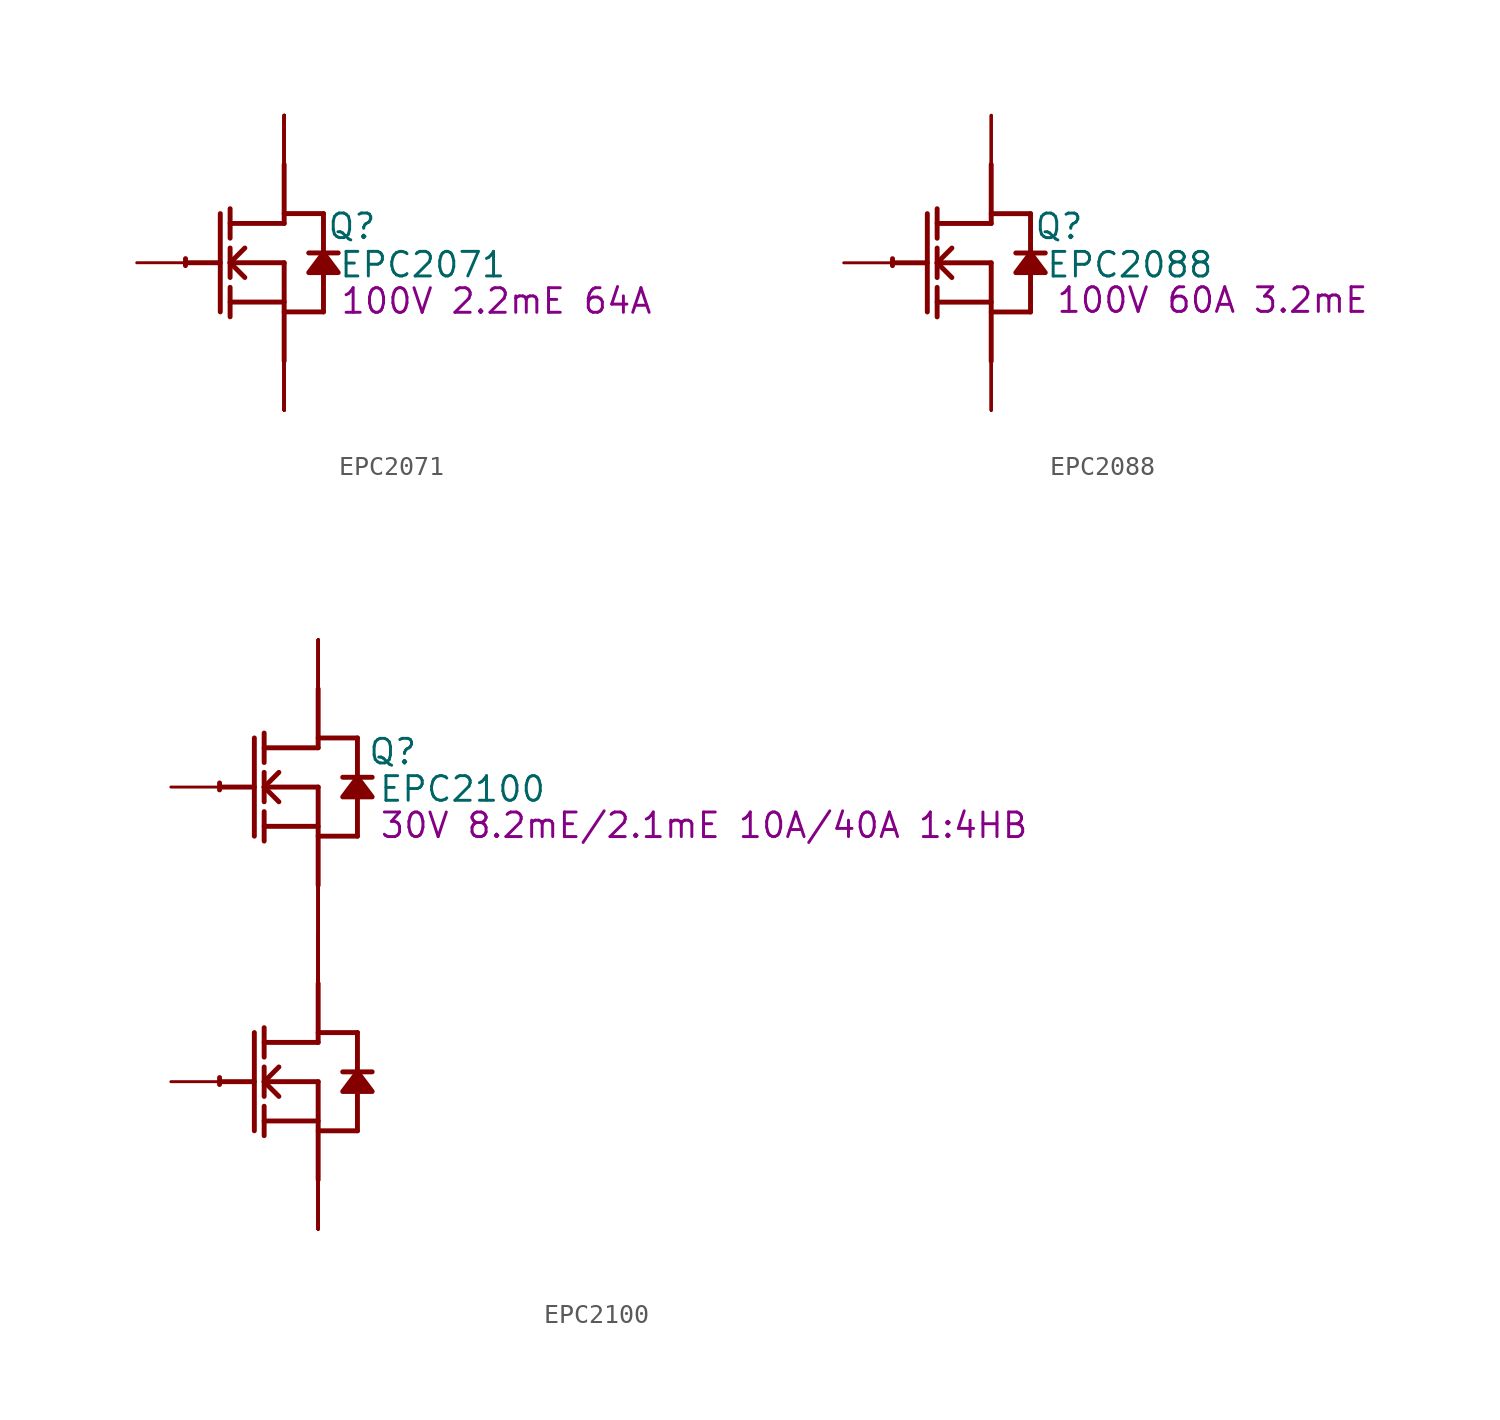
<source format=kicad_sym>
(kicad_symbol_lib
  (version 20241209)
  (generator "kicad_symbol_editor")
  (generator_version "9.0")
  (symbol "EPC2071"
    (property "Reference" "Q"
      (at 3.505 1.88 0)
      (effects (font (size 1.27 1.27))))
    (property "Value" "EPC2071"
      (at 7.163 -0.102 0)
      (effects (font (size 1.27 1.27))))
    (property "Description" "100V 2.2mE 64A"
      (at 10.973 -1.981 0)
      (effects (font (size 1.27 1.27))))
    (symbol "EPC2071_1_0"
      (polyline (pts (xy -5.08 0) (xy -3.302 0)) (stroke (width 0.254) (type solid)) (fill (type none)))
      (polyline (pts (xy -3.302 2.54) (xy -3.302 -2.54)) (stroke (width 0.254) (type solid)) (fill (type none)))
      (polyline (pts (xy -2.794 1.27) (xy -2.794 2.794)) (stroke (width 0.254) (type solid)) (fill (type none)))
      (polyline (pts (xy -2.794 0) (xy -2.032 0.762)) (stroke (width 0.254) (type solid)) (fill (type none)))
      (polyline (pts (xy -2.794 0) (xy 0 0)) (stroke (width 0.254) (type solid)) (fill (type none)))
      (polyline (pts (xy -2.794 -0.762) (xy -2.794 0.762)) (stroke (width 0.254) (type solid)) (fill (type none)))
      (polyline (pts (xy -2.794 -2.032) (xy 0 -2.032)) (stroke (width 0.254) (type solid)) (fill (type none)))
      (polyline (pts (xy -2.794 -2.794) (xy -2.794 -1.27)) (stroke (width 0.254) (type solid)) (fill (type none)))
      (polyline (pts (xy -2.032 -0.762) (xy -2.794 0)) (stroke (width 0.254) (type solid)) (fill (type none)))
      (polyline (pts (xy 0 2.54) (xy 2.032 2.54)) (stroke (width 0.254) (type solid)) (fill (type none)))
      (polyline (pts (xy 0 2.032) (xy -2.794 2.032)) (stroke (width 0.254) (type solid)) (fill (type none)))
      (polyline (pts (xy 0 2.032) (xy 0 5.08)) (stroke (width 0.254) (type solid)) (fill (type none)))
      (polyline (pts (xy 0 0) (xy 0 -5.08)) (stroke (width 0.254) (type solid)) (fill (type none)))
      (polyline (pts (xy 0 -2.54) (xy 2.032 -2.54)) (stroke (width 0.254) (type solid)) (fill (type none)))
      (arc (start -5.1019 -0.1467) (mid -5.1039 0.0331) (end -5.0996 0.2128) (stroke (width 0.254) (type solid)) (fill (type none)))
      (polyline (pts (xy 2.032 2.54) (xy 2.032 0.508)) (stroke (width 0.254) (type solid)) (fill (type none)))
      (polyline (pts (xy 2.032 0.508) (xy 1.27 -0.508) (xy 2.794 -0.508) (xy 2.032 0.508)) (stroke (width 0.254) (type solid)) (fill (type outline)))
      (polyline (pts (xy 2.032 -0.508) (xy 2.032 -2.54)) (stroke (width 0.254) (type solid)) (fill (type none)))
      (polyline (pts (xy 2.794 0.508) (xy 1.27 0.508)) (stroke (width 0.254) (type solid)) (fill (type none)))
      (pin passive line (at -7.62 0 0) (length 2.54) (name "G" (effects (font (size 0 0)))) (number "1" (effects (font (size 0 0)))))
      (pin open_collector line (at 0 7.62 270) (length 2.54) (name "D5" (effects (font (size 0 0)))) (number "11" (effects (font (size 0 0)))))
      (pin open_collector line (at 0 7.62 270) (length 2.54) (name "D6" (effects (font (size 0 0)))) (number "12" (effects (font (size 0 0)))))
      (pin open_collector line (at 0 7.62 270) (length 2.54) (name "D7" (effects (font (size 0 0)))) (number "15" (effects (font (size 0 0)))))
      (pin open_collector line (at 0 7.62 270) (length 2.54) (name "D8" (effects (font (size 0 0)))) (number "16" (effects (font (size 0 0)))))
      (pin open_collector line (at 0 7.62 270) (length 2.54) (name "D9" (effects (font (size 0 0)))) (number "19" (effects (font (size 0 0)))))
      (pin open_collector line (at 0 7.62 270) (length 2.54) (name "D10" (effects (font (size 0 0)))) (number "20" (effects (font (size 0 0)))))
      (pin open_collector line (at 0 7.62 270) (length 2.54) (name "D1" (effects (font (size 0 0)))) (number "3" (effects (font (size 0 0)))))
      (pin open_collector line (at 0 7.62 270) (length 2.54) (name "D2" (effects (font (size 0 0)))) (number "4" (effects (font (size 0 0)))))
      (pin open_collector line (at 0 7.62 270) (length 2.54) (name "D3" (effects (font (size 0 0)))) (number "7" (effects (font (size 0 0)))))
      (pin open_collector line (at 0 7.62 270) (length 2.54) (name "D4" (effects (font (size 0 0)))) (number "8" (effects (font (size 0 0)))))
      (pin open_emitter line (at 0 -7.62 90) (length 2.54) (name "S5" (effects (font (size 0 0)))) (number "10" (effects (font (size 0 0)))))
      (pin open_emitter line (at 0 -7.62 90) (length 2.54) (name "S6" (effects (font (size 0 0)))) (number "13" (effects (font (size 0 0)))))
      (pin open_emitter line (at 0 -7.62 90) (length 2.54) (name "S7" (effects (font (size 0 0)))) (number "14" (effects (font (size 0 0)))))
      (pin open_emitter line (at 0 -7.62 90) (length 2.54) (name "S8" (effects (font (size 0 0)))) (number "17" (effects (font (size 0 0)))))
      (pin open_emitter line (at 0 -7.62 90) (length 2.54) (name "S9" (effects (font (size 0 0)))) (number "18" (effects (font (size 0 0)))))
      (pin open_emitter line (at 0 -7.62 90) (length 2.54) (name "S1" (effects (font (size 0 0)))) (number "2" (effects (font (size 0 0)))))
      (pin open_emitter line (at 0 -7.62 90) (length 2.54) (name "S10" (effects (font (size 0 0)))) (number "21" (effects (font (size 0 0)))))
      (pin open_emitter line (at 0 -7.62 90) (length 2.54) (name "S11" (effects (font (size 0 0)))) (number "22" (effects (font (size 0 0)))))
      (pin open_emitter line (at 0 -7.62 90) (length 2.54) (name "S2" (effects (font (size 0 0)))) (number "5" (effects (font (size 0 0)))))
      (pin open_emitter line (at 0 -7.62 90) (length 2.54) (name "S3" (effects (font (size 0 0)))) (number "6" (effects (font (size 0 0)))))
      (pin open_emitter line (at 0 -7.62 90) (length 2.54) (name "S4" (effects (font (size 0 0)))) (number "9" (effects (font (size 0 0)))))))
  (symbol "EPC2088"
    (property "Reference" "Q"
      (at 3.505 1.88 0)
      (effects (font (size 1.27 1.27))))
    (property "Value" "EPC2088"
      (at 7.163 -0.102 0)
      (effects (font (size 1.27 1.27))))
    (property "Description" "100V 60A 3.2mE"
      (at 11.43 -1.93 0)
      (effects (font (size 1.27 1.27))))
    (symbol "EPC2088_1_0"
      (polyline (pts (xy -5.08 0) (xy -3.302 0)) (stroke (width 0.254) (type solid)) (fill (type none)))
      (polyline (pts (xy -3.302 2.54) (xy -3.302 -2.54)) (stroke (width 0.254) (type solid)) (fill (type none)))
      (polyline (pts (xy -2.794 1.27) (xy -2.794 2.794)) (stroke (width 0.254) (type solid)) (fill (type none)))
      (polyline (pts (xy -2.794 0) (xy -2.032 0.762)) (stroke (width 0.254) (type solid)) (fill (type none)))
      (polyline (pts (xy -2.794 0) (xy 0 0)) (stroke (width 0.254) (type solid)) (fill (type none)))
      (polyline (pts (xy -2.794 -0.762) (xy -2.794 0.762)) (stroke (width 0.254) (type solid)) (fill (type none)))
      (polyline (pts (xy -2.794 -2.032) (xy 0 -2.032)) (stroke (width 0.254) (type solid)) (fill (type none)))
      (polyline (pts (xy -2.794 -2.794) (xy -2.794 -1.27)) (stroke (width 0.254) (type solid)) (fill (type none)))
      (polyline (pts (xy -2.032 -0.762) (xy -2.794 0)) (stroke (width 0.254) (type solid)) (fill (type none)))
      (polyline (pts (xy 0 2.54) (xy 2.032 2.54)) (stroke (width 0.254) (type solid)) (fill (type none)))
      (polyline (pts (xy 0 2.032) (xy -2.794 2.032)) (stroke (width 0.254) (type solid)) (fill (type none)))
      (polyline (pts (xy 0 2.032) (xy 0 5.08)) (stroke (width 0.254) (type solid)) (fill (type none)))
      (polyline (pts (xy 0 0) (xy 0 -5.08)) (stroke (width 0.254) (type solid)) (fill (type none)))
      (polyline (pts (xy 0 -2.54) (xy 2.032 -2.54)) (stroke (width 0.254) (type solid)) (fill (type none)))
      (arc (start -5.1019 -0.1467) (mid -5.1039 0.0331) (end -5.0996 0.2128) (stroke (width 0.254) (type solid)) (fill (type none)))
      (polyline (pts (xy 2.032 2.54) (xy 2.032 0.508)) (stroke (width 0.254) (type solid)) (fill (type none)))
      (polyline (pts (xy 2.032 0.508) (xy 1.27 -0.508) (xy 2.794 -0.508) (xy 2.032 0.508)) (stroke (width 0.254) (type solid)) (fill (type outline)))
      (polyline (pts (xy 2.032 -0.508) (xy 2.032 -2.54)) (stroke (width 0.254) (type solid)) (fill (type none)))
      (polyline (pts (xy 2.794 0.508) (xy 1.27 0.508)) (stroke (width 0.254) (type solid)) (fill (type none)))
      (pin passive line (at -7.62 0 0) (length 2.54) (name "G" (effects (font (size 0 0)))) (number "1" (effects (font (size 0 0)))))
      (pin passive line (at 0 7.62 270) (length 2.54) (name "D" (effects (font (size 0 0)))) (number "3" (effects (font (size 0 0)))))
      (pin passive line (at 0 7.62 270) (length 2.54) (name "D" (effects (font (size 0 0)))) (number "5" (effects (font (size 0 0)))))
      (pin passive line (at 0 7.62 270) (length 2.54) (name "D" (effects (font (size 0 0)))) (number "7" (effects (font (size 0 0)))))
      (pin passive line (at 0 -7.62 90) (length 2.54) (name "S" (effects (font (size 0 0)))) (number "2" (effects (font (size 0 0)))))
      (pin passive line (at 0 -7.62 90) (length 2.54) (name "S" (effects (font (size 0 0)))) (number "4" (effects (font (size 0 0)))))
      (pin passive line (at 0 -7.62 90) (length 2.54) (name "S" (effects (font (size 0 0)))) (number "6" (effects (font (size 0 0)))))
      (pin passive line (at 0 -7.62 90) (length 2.54) (name "S" (effects (font (size 0 0)))) (number "8" (effects (font (size 0 0)))))))
  (symbol "EPC2100"
    (property "Reference" "Q"
      (at 3.861 1.829 0)
      (effects (font (size 1.27 1.27))))
    (property "Value" "EPC2100"
      (at 7.468 -0.102 0)
      (effects (font (size 1.27 1.27))))
    (property "Description" "30V 8.2mE/2.1mE 10A/40A 1:4HB"
      (at 19.964 -1.981 0)
      (effects (font (size 1.27 1.27))))
    (symbol "EPC2100_1_0"
      (polyline (pts (xy -5.08 0) (xy -3.302 0)) (stroke (width 0.254) (type solid)) (fill (type none)))
      (polyline (pts (xy -5.08 -15.24) (xy -3.302 -15.24)) (stroke (width 0.254) (type solid)) (fill (type none)))
      (polyline (pts (xy -3.302 2.54) (xy -3.302 -2.54)) (stroke (width 0.254) (type solid)) (fill (type none)))
      (polyline (pts (xy -3.302 -12.7) (xy -3.302 -17.78)) (stroke (width 0.254) (type solid)) (fill (type none)))
      (polyline (pts (xy -2.794 1.27) (xy -2.794 2.794)) (stroke (width 0.254) (type solid)) (fill (type none)))
      (polyline (pts (xy -2.794 0) (xy -2.032 0.762)) (stroke (width 0.254) (type solid)) (fill (type none)))
      (polyline (pts (xy -2.794 0) (xy 0 0)) (stroke (width 0.254) (type solid)) (fill (type none)))
      (polyline (pts (xy -2.794 -0.762) (xy -2.794 0.762)) (stroke (width 0.254) (type solid)) (fill (type none)))
      (polyline (pts (xy -2.794 -2.032) (xy 0 -2.032)) (stroke (width 0.254) (type solid)) (fill (type none)))
      (polyline (pts (xy -2.794 -2.794) (xy -2.794 -1.27)) (stroke (width 0.254) (type solid)) (fill (type none)))
      (polyline (pts (xy -2.794 -13.97) (xy -2.794 -12.446)) (stroke (width 0.254) (type solid)) (fill (type none)))
      (polyline (pts (xy -2.794 -15.24) (xy -2.032 -14.478)) (stroke (width 0.254) (type solid)) (fill (type none)))
      (polyline (pts (xy -2.794 -15.24) (xy 0 -15.24)) (stroke (width 0.254) (type solid)) (fill (type none)))
      (polyline (pts (xy -2.794 -16.002) (xy -2.794 -14.478)) (stroke (width 0.254) (type solid)) (fill (type none)))
      (polyline (pts (xy -2.794 -17.272) (xy 0 -17.272)) (stroke (width 0.254) (type solid)) (fill (type none)))
      (polyline (pts (xy -2.794 -18.034) (xy -2.794 -16.51)) (stroke (width 0.254) (type solid)) (fill (type none)))
      (polyline (pts (xy -2.032 -0.762) (xy -2.794 0)) (stroke (width 0.254) (type solid)) (fill (type none)))
      (polyline (pts (xy -2.032 -16.002) (xy -2.794 -15.24)) (stroke (width 0.254) (type solid)) (fill (type none)))
      (polyline (pts (xy 0 2.54) (xy 2.032 2.54)) (stroke (width 0.254) (type solid)) (fill (type none)))
      (polyline (pts (xy 0 2.032) (xy -2.794 2.032)) (stroke (width 0.254) (type solid)) (fill (type none)))
      (polyline (pts (xy 0 2.032) (xy 0 5.08)) (stroke (width 0.254) (type solid)) (fill (type none)))
      (polyline (pts (xy 0 0) (xy 0 -5.08)) (stroke (width 0.254) (type solid)) (fill (type none)))
      (polyline (pts (xy 0 -2.54) (xy 2.032 -2.54)) (stroke (width 0.254) (type solid)) (fill (type none)))
      (polyline (pts (xy 0 -12.7) (xy 2.032 -12.7)) (stroke (width 0.254) (type solid)) (fill (type none)))
      (polyline (pts (xy 0 -13.208) (xy -2.794 -13.208)) (stroke (width 0.254) (type solid)) (fill (type none)))
      (polyline (pts (xy 0 -13.208) (xy 0 -10.16)) (stroke (width 0.254) (type solid)) (fill (type none)))
      (polyline (pts (xy 0 -15.24) (xy 0 -20.32)) (stroke (width 0.254) (type solid)) (fill (type none)))
      (polyline (pts (xy 0 -17.78) (xy 2.032 -17.78)) (stroke (width 0.254) (type solid)) (fill (type none)))
      (arc (start -5.1019 -0.1467) (mid -5.1039 0.0331) (end -5.0996 0.2128) (stroke (width 0.254) (type solid)) (fill (type none)))
      (arc (start -5.1019 -15.3867) (mid -5.1039 -15.2069) (end -5.0996 -15.0272) (stroke (width 0.254) (type solid)) (fill (type none)))
      (polyline (pts (xy 2.032 2.54) (xy 2.032 0.508)) (stroke (width 0.254) (type solid)) (fill (type none)))
      (polyline (pts (xy 2.032 0.508) (xy 1.27 -0.508) (xy 2.794 -0.508) (xy 2.032 0.508)) (stroke (width 0.254) (type solid)) (fill (type outline)))
      (polyline (pts (xy 2.032 -0.508) (xy 2.032 -2.54)) (stroke (width 0.254) (type solid)) (fill (type none)))
      (polyline (pts (xy 2.032 -12.7) (xy 2.032 -14.732)) (stroke (width 0.254) (type solid)) (fill (type none)))
      (polyline (pts (xy 2.032 -14.732) (xy 1.27 -15.748) (xy 2.794 -15.748) (xy 2.032 -14.732)) (stroke (width 0.254) (type solid)) (fill (type outline)))
      (polyline (pts (xy 2.032 -15.748) (xy 2.032 -17.78)) (stroke (width 0.254) (type solid)) (fill (type none)))
      (polyline (pts (xy 2.794 0.508) (xy 1.27 0.508)) (stroke (width 0.254) (type solid)) (fill (type none)))
      (polyline (pts (xy 2.794 -14.732) (xy 1.27 -14.732)) (stroke (width 0.254) (type solid)) (fill (type none)))
      (pin passive line (at -7.62 0 0) (length 2.54) (name "G1" (effects (font (size 0 0)))) (number "2" (effects (font (size 0 0)))))
      (pin passive line (at -7.62 -15.24 0) (length 2.54) (name "G2" (effects (font (size 0 0)))) (number "4" (effects (font (size 0 0)))))
      (pin open_collector line (at 0 7.62 270) (length 2.54) (name "D1" (effects (font (size 0 0)))) (number "1" (effects (font (size 0 0)))))
      (pin open_collector line (at 0 7.62 270) (length 2.54) (name "D1" (effects (font (size 0 0)))) (number "11" (effects (font (size 0 0)))))
      (pin open_collector line (at 0 7.62 270) (length 2.54) (name "D1" (effects (font (size 0 0)))) (number "21" (effects (font (size 0 0)))))
      (pin open_collector line (at 0 7.62 270) (length 2.54) (name "D1" (effects (font (size 0 0)))) (number "31" (effects (font (size 0 0)))))
      (pin open_collector line (at 0 7.62 270) (length 2.54) (name "D1" (effects (font (size 0 0)))) (number "41" (effects (font (size 0 0)))))
      (pin open_collector line (at 0 7.62 270) (length 2.54) (name "D1" (effects (font (size 0 0)))) (number "51" (effects (font (size 0 0)))))
      (pin open_collector line (at 0 7.62 270) (length 2.54) (name "D1" (effects (font (size 0 0)))) (number "61" (effects (font (size 0 0)))))
      (pin open_collector line (at 0 7.62 270) (length 2.54) (name "D1" (effects (font (size 0 0)))) (number "71" (effects (font (size 0 0)))))
      (pin open_collector line (at 0 -7.62 270) (length 2.54) (name "D2" (effects (font (size 0 0)))) (number "10" (effects (font (size 0 0)))))
      (pin open_emitter line (at 0 -7.62 90) (length 2.54) (name "S1" (effects (font (size 0 0)))) (number "16" (effects (font (size 0 0)))))
      (pin open_collector line (at 0 -7.62 270) (length 2.54) (name "D2" (effects (font (size 0 0)))) (number "17" (effects (font (size 0 0)))))
      (pin open_collector line (at 0 -7.62 270) (length 2.54) (name "D2" (effects (font (size 0 0)))) (number "18" (effects (font (size 0 0)))))
      (pin open_collector line (at 0 -7.62 270) (length 2.54) (name "D2" (effects (font (size 0 0)))) (number "19" (effects (font (size 0 0)))))
      (pin open_collector line (at 0 -7.62 270) (length 2.54) (name "D2" (effects (font (size 0 0)))) (number "20" (effects (font (size 0 0)))))
      (pin open_emitter line (at 0 -7.62 90) (length 2.54) (name "S1" (effects (font (size 0 0)))) (number "26" (effects (font (size 0 0)))))
      (pin open_collector line (at 0 -7.62 270) (length 2.54) (name "D2" (effects (font (size 0 0)))) (number "27" (effects (font (size 0 0)))))
      (pin open_collector line (at 0 -7.62 270) (length 2.54) (name "D2" (effects (font (size 0 0)))) (number "28" (effects (font (size 0 0)))))
      (pin open_collector line (at 0 -7.62 270) (length 2.54) (name "D2" (effects (font (size 0 0)))) (number "29" (effects (font (size 0 0)))))
      (pin passive line (at 0 -7.62 90) (length 2.54) (name "SG1" (effects (font (size 0 0)))) (number "3" (effects (font (size 0 0)))))
      (pin open_collector line (at 0 -7.62 270) (length 2.54) (name "D2" (effects (font (size 0 0)))) (number "30" (effects (font (size 0 0)))))
      (pin open_emitter line (at 0 -7.62 90) (length 2.54) (name "S1" (effects (font (size 0 0)))) (number "36" (effects (font (size 0 0)))))
      (pin open_collector line (at 0 -7.62 270) (length 2.54) (name "D2" (effects (font (size 0 0)))) (number "37" (effects (font (size 0 0)))))
      (pin open_collector line (at 0 -7.62 270) (length 2.54) (name "D2" (effects (font (size 0 0)))) (number "38" (effects (font (size 0 0)))))
      (pin open_collector line (at 0 -7.62 270) (length 2.54) (name "D2" (effects (font (size 0 0)))) (number "39" (effects (font (size 0 0)))))
      (pin open_collector line (at 0 -7.62 270) (length 2.54) (name "D2" (effects (font (size 0 0)))) (number "40" (effects (font (size 0 0)))))
      (pin open_emitter line (at 0 -7.62 90) (length 2.54) (name "S1" (effects (font (size 0 0)))) (number "46" (effects (font (size 0 0)))))
      (pin open_collector line (at 0 -7.62 270) (length 2.54) (name "D2" (effects (font (size 0 0)))) (number "47" (effects (font (size 0 0)))))
      (pin open_collector line (at 0 -7.62 270) (length 2.54) (name "D2" (effects (font (size 0 0)))) (number "48" (effects (font (size 0 0)))))
      (pin open_collector line (at 0 -7.62 270) (length 2.54) (name "D2" (effects (font (size 0 0)))) (number "49" (effects (font (size 0 0)))))
      (pin open_collector line (at 0 -7.62 270) (length 2.54) (name "D2" (effects (font (size 0 0)))) (number "50" (effects (font (size 0 0)))))
      (pin open_emitter line (at 0 -7.62 90) (length 2.54) (name "S1" (effects (font (size 0 0)))) (number "56" (effects (font (size 0 0)))))
      (pin open_collector line (at 0 -7.62 270) (length 2.54) (name "D2" (effects (font (size 0 0)))) (number "57" (effects (font (size 0 0)))))
      (pin open_collector line (at 0 -7.62 270) (length 2.54) (name "D2" (effects (font (size 0 0)))) (number "58" (effects (font (size 0 0)))))
      (pin open_collector line (at 0 -7.62 270) (length 2.54) (name "D2" (effects (font (size 0 0)))) (number "59" (effects (font (size 0 0)))))
      (pin open_emitter line (at 0 -7.62 90) (length 2.54) (name "S1" (effects (font (size 0 0)))) (number "6" (effects (font (size 0 0)))))
      (pin open_collector line (at 0 -7.62 270) (length 2.54) (name "D2" (effects (font (size 0 0)))) (number "60" (effects (font (size 0 0)))))
      (pin open_emitter line (at 0 -7.62 90) (length 2.54) (name "S1" (effects (font (size 0 0)))) (number "66" (effects (font (size 0 0)))))
      (pin open_collector line (at 0 -7.62 270) (length 2.54) (name "D2" (effects (font (size 0 0)))) (number "67" (effects (font (size 0 0)))))
      (pin open_collector line (at 0 -7.62 270) (length 2.54) (name "D2" (effects (font (size 0 0)))) (number "68" (effects (font (size 0 0)))))
      (pin open_collector line (at 0 -7.62 270) (length 2.54) (name "D2" (effects (font (size 0 0)))) (number "69" (effects (font (size 0 0)))))
      (pin open_collector line (at 0 -7.62 270) (length 2.54) (name "D2" (effects (font (size 0 0)))) (number "7" (effects (font (size 0 0)))))
      (pin open_collector line (at 0 -7.62 270) (length 2.54) (name "D2" (effects (font (size 0 0)))) (number "70" (effects (font (size 0 0)))))
      (pin open_collector line (at 0 -7.62 270) (length 2.54) (name "D2" (effects (font (size 0 0)))) (number "8" (effects (font (size 0 0)))))
      (pin open_collector line (at 0 -7.62 270) (length 2.54) (name "D2" (effects (font (size 0 0)))) (number "9" (effects (font (size 0 0)))))
      (pin open_emitter line (at 0 -22.86 90) (length 2.54) (name "S2" (effects (font (size 0 0)))) (number "12" (effects (font (size 0 0)))))
      (pin open_emitter line (at 0 -22.86 90) (length 2.54) (name "S2" (effects (font (size 0 0)))) (number "13" (effects (font (size 0 0)))))
      (pin open_emitter line (at 0 -22.86 90) (length 2.54) (name "S2" (effects (font (size 0 0)))) (number "14" (effects (font (size 0 0)))))
      (pin open_emitter line (at 0 -22.86 90) (length 2.54) (name "S2" (effects (font (size 0 0)))) (number "15" (effects (font (size 0 0)))))
      (pin open_emitter line (at 0 -22.86 90) (length 2.54) (name "S2" (effects (font (size 0 0)))) (number "22" (effects (font (size 0 0)))))
      (pin open_emitter line (at 0 -22.86 90) (length 2.54) (name "S2" (effects (font (size 0 0)))) (number "23" (effects (font (size 0 0)))))
      (pin open_emitter line (at 0 -22.86 90) (length 2.54) (name "S2" (effects (font (size 0 0)))) (number "24" (effects (font (size 0 0)))))
      (pin open_emitter line (at 0 -22.86 90) (length 2.54) (name "S2" (effects (font (size 0 0)))) (number "25" (effects (font (size 0 0)))))
      (pin open_emitter line (at 0 -22.86 90) (length 2.54) (name "S2" (effects (font (size 0 0)))) (number "32" (effects (font (size 0 0)))))
      (pin open_emitter line (at 0 -22.86 90) (length 2.54) (name "S2" (effects (font (size 0 0)))) (number "33" (effects (font (size 0 0)))))
      (pin open_emitter line (at 0 -22.86 90) (length 2.54) (name "S2" (effects (font (size 0 0)))) (number "34" (effects (font (size 0 0)))))
      (pin open_emitter line (at 0 -22.86 90) (length 2.54) (name "S2" (effects (font (size 0 0)))) (number "35" (effects (font (size 0 0)))))
      (pin open_emitter line (at 0 -22.86 90) (length 2.54) (name "S2" (effects (font (size 0 0)))) (number "42" (effects (font (size 0 0)))))
      (pin open_emitter line (at 0 -22.86 90) (length 2.54) (name "S2" (effects (font (size 0 0)))) (number "43" (effects (font (size 0 0)))))
      (pin open_emitter line (at 0 -22.86 90) (length 2.54) (name "S2" (effects (font (size 0 0)))) (number "44" (effects (font (size 0 0)))))
      (pin open_emitter line (at 0 -22.86 90) (length 2.54) (name "S2" (effects (font (size 0 0)))) (number "45" (effects (font (size 0 0)))))
      (pin open_emitter line (at 0 -22.86 90) (length 2.54) (name "S2" (effects (font (size 0 0)))) (number "5" (effects (font (size 0 0)))))
      (pin open_emitter line (at 0 -22.86 90) (length 2.54) (name "S2" (effects (font (size 0 0)))) (number "52" (effects (font (size 0 0)))))
      (pin open_emitter line (at 0 -22.86 90) (length 2.54) (name "S2" (effects (font (size 0 0)))) (number "53" (effects (font (size 0 0)))))
      (pin open_emitter line (at 0 -22.86 90) (length 2.54) (name "S2" (effects (font (size 0 0)))) (number "54" (effects (font (size 0 0)))))
      (pin open_emitter line (at 0 -22.86 90) (length 2.54) (name "S2" (effects (font (size 0 0)))) (number "55" (effects (font (size 0 0)))))
      (pin open_emitter line (at 0 -22.86 90) (length 2.54) (name "S2" (effects (font (size 0 0)))) (number "62" (effects (font (size 0 0)))))
      (pin open_emitter line (at 0 -22.86 90) (length 2.54) (name "S2" (effects (font (size 0 0)))) (number "63" (effects (font (size 0 0)))))
      (pin open_emitter line (at 0 -22.86 90) (length 2.54) (name "S2" (effects (font (size 0 0)))) (number "64" (effects (font (size 0 0)))))
      (pin open_emitter line (at 0 -22.86 90) (length 2.54) (name "S2" (effects (font (size 0 0)))) (number "65" (effects (font (size 0 0)))))
      (pin open_emitter line (at 0 -22.86 90) (length 2.54) (name "S2" (effects (font (size 0 0)))) (number "72" (effects (font (size 0 0)))))
      (pin open_emitter line (at 0 -22.86 90) (length 2.54) (name "S2" (effects (font (size 0 0)))) (number "73" (effects (font (size 0 0)))))
      (pin open_emitter line (at 0 -22.86 90) (length 2.54) (name "S2" (effects (font (size 0 0)))) (number "74" (effects (font (size 0 0)))))
      (pin open_emitter line (at 0 -22.86 90) (length 2.54) (name "S2" (effects (font (size 0 0)))) (number "75" (effects (font (size 0 0))))))))
</source>
